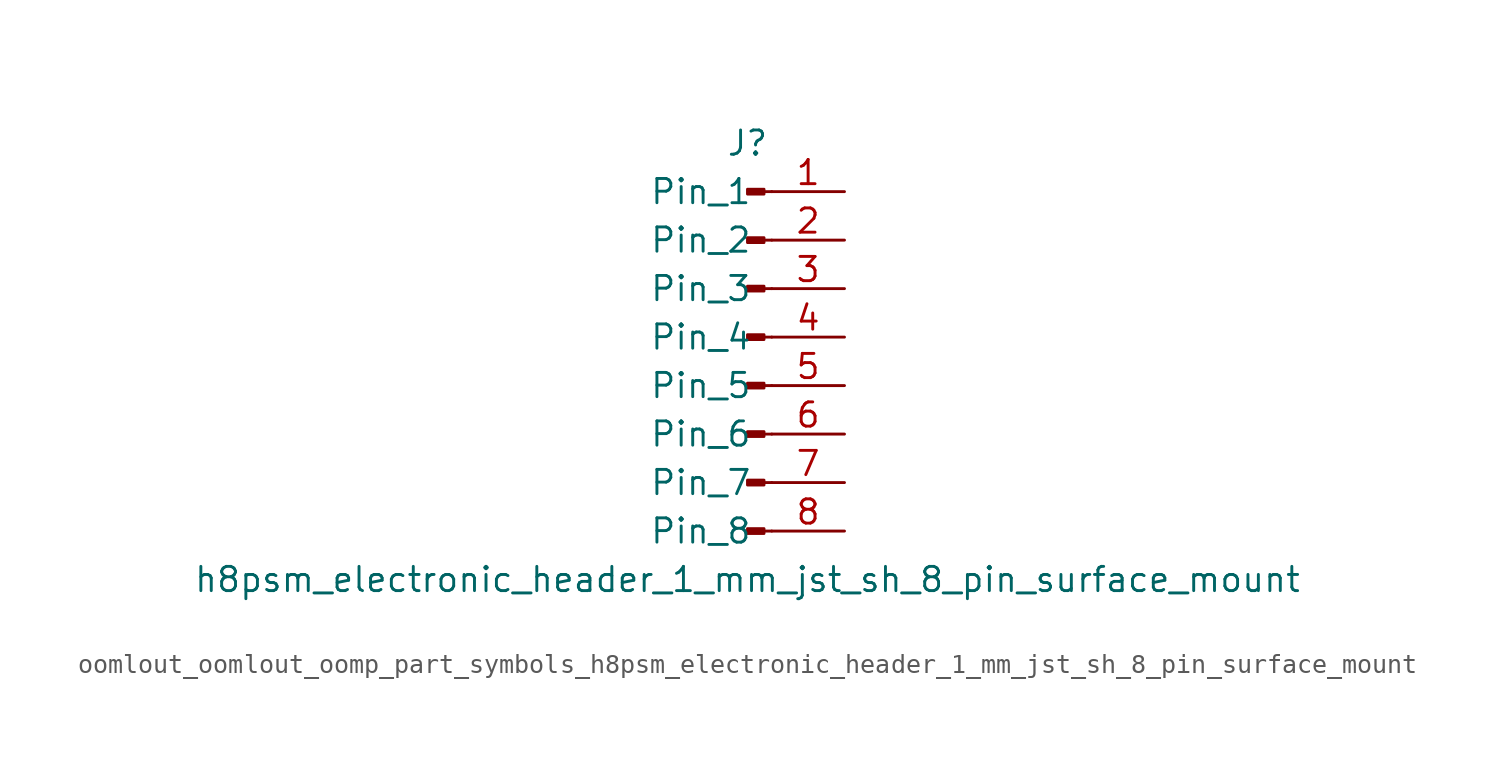
<source format=kicad_sym>
(kicad_symbol_lib
  (version 20220914)
  (generator kicad_symbol_editor)
  (symbol "oomlout_oomlout_oomp_part_symbols_h8psm_electronic_header_1_mm_jst_sh_8_pin_surface_mount"
    (pin_names
      (offset 1.016))
    (property "Reference" "J"
      (at 0 10.16 0)
      (effects (font (size 1.27 1.27))))
    (property "Value" "h8psm_electronic_header_1_mm_jst_sh_8_pin_surface_mount"
      (at 0 -12.7 0)
      (effects (font (size 1.27 1.27))))
    (property "ki_locked" ""
      (at 0 0 0)
      (effects (font (size 1.27 1.27))))
    (symbol "oomlout_oomlout_oomp_part_symbols_h8psm_electronic_header_1_mm_jst_sh_8_pin_surface_mount_1_1"
      (polyline (pts (xy 1.27 -10.16) (xy 0.864 -10.16)) (stroke (width 0.152) (type default)) (fill (type none)))
      (polyline (pts (xy 1.27 -7.62) (xy 0.864 -7.62)) (stroke (width 0.152) (type default)) (fill (type none)))
      (polyline (pts (xy 1.27 -5.08) (xy 0.864 -5.08)) (stroke (width 0.152) (type default)) (fill (type none)))
      (polyline (pts (xy 1.27 -2.54) (xy 0.864 -2.54)) (stroke (width 0.152) (type default)) (fill (type none)))
      (polyline (pts (xy 1.27 0) (xy 0.864 0)) (stroke (width 0.152) (type default)) (fill (type none)))
      (polyline (pts (xy 1.27 2.54) (xy 0.864 2.54)) (stroke (width 0.152) (type default)) (fill (type none)))
      (polyline (pts (xy 1.27 5.08) (xy 0.864 5.08)) (stroke (width 0.152) (type default)) (fill (type none)))
      (polyline (pts (xy 1.27 7.62) (xy 0.864 7.62)) (stroke (width 0.152) (type default)) (fill (type none)))
      (rectangle (start 0.864 -10.033) (end 0 -10.287) (stroke (width 0.152) (type default)) (fill (type outline)))
      (rectangle (start 0.864 -7.493) (end 0 -7.747) (stroke (width 0.152) (type default)) (fill (type outline)))
      (rectangle (start 0.864 -4.953) (end 0 -5.207) (stroke (width 0.152) (type default)) (fill (type outline)))
      (rectangle (start 0.864 -2.413) (end 0 -2.667) (stroke (width 0.152) (type default)) (fill (type outline)))
      (rectangle (start 0.864 0.127) (end 0 -0.127) (stroke (width 0.152) (type default)) (fill (type outline)))
      (rectangle (start 0.864 2.667) (end 0 2.413) (stroke (width 0.152) (type default)) (fill (type outline)))
      (rectangle (start 0.864 5.207) (end 0 4.953) (stroke (width 0.152) (type default)) (fill (type outline)))
      (rectangle (start 0.864 7.747) (end 0 7.493) (stroke (width 0.152) (type default)) (fill (type outline)))
      (pin passive line (at 5.08 7.62 180) (length 3.81) (name "Pin_1" (effects (font (size 1.27 1.27)))) (number "1" (effects (font (size 1.27 1.27)))))
      (pin passive line (at 5.08 5.08 180) (length 3.81) (name "Pin_2" (effects (font (size 1.27 1.27)))) (number "2" (effects (font (size 1.27 1.27)))))
      (pin passive line (at 5.08 2.54 180) (length 3.81) (name "Pin_3" (effects (font (size 1.27 1.27)))) (number "3" (effects (font (size 1.27 1.27)))))
      (pin passive line (at 5.08 0 180) (length 3.81) (name "Pin_4" (effects (font (size 1.27 1.27)))) (number "4" (effects (font (size 1.27 1.27)))))
      (pin passive line (at 5.08 -2.54 180) (length 3.81) (name "Pin_5" (effects (font (size 1.27 1.27)))) (number "5" (effects (font (size 1.27 1.27)))))
      (pin passive line (at 5.08 -5.08 180) (length 3.81) (name "Pin_6" (effects (font (size 1.27 1.27)))) (number "6" (effects (font (size 1.27 1.27)))))
      (pin passive line (at 5.08 -7.62 180) (length 3.81) (name "Pin_7" (effects (font (size 1.27 1.27)))) (number "7" (effects (font (size 1.27 1.27)))))
      (pin passive line (at 5.08 -10.16 180) (length 3.81) (name "Pin_8" (effects (font (size 1.27 1.27)))) (number "8" (effects (font (size 1.27 1.27))))))))
</source>
